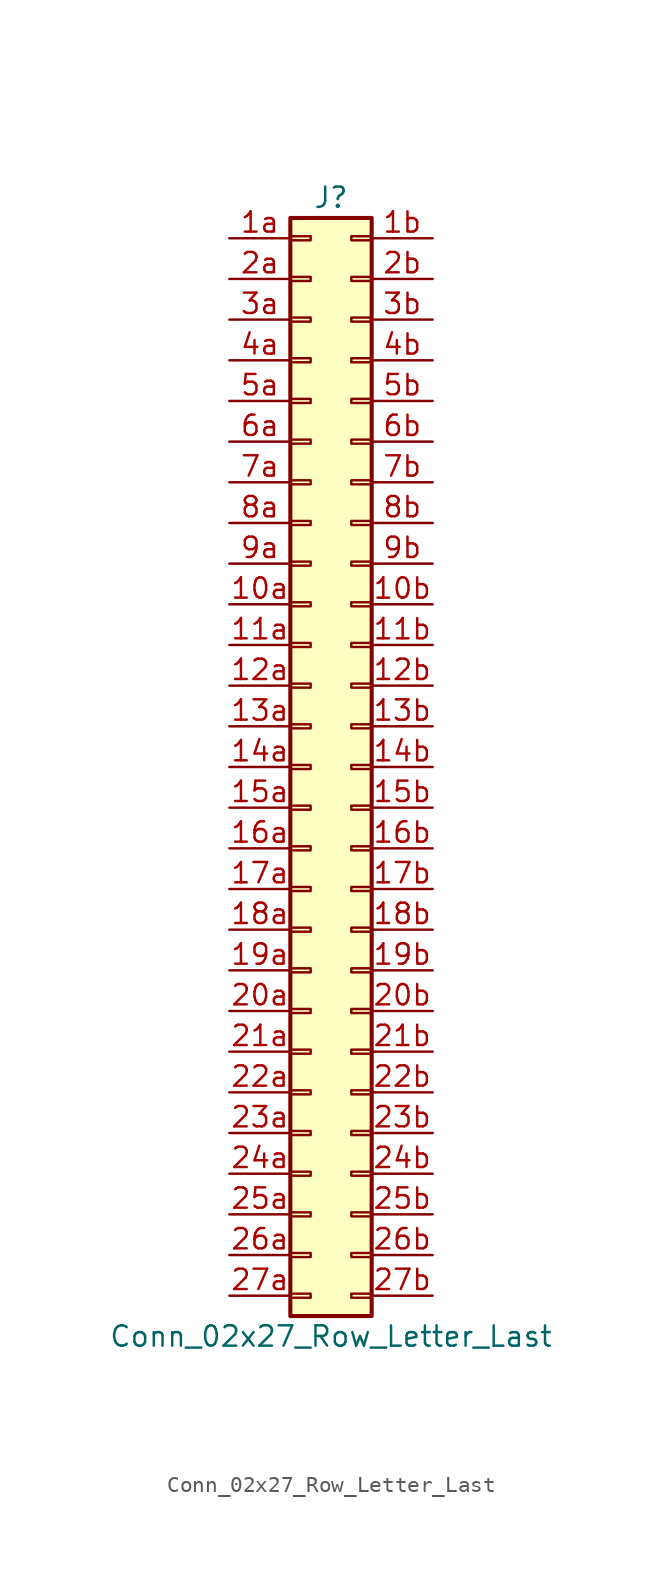
<source format=kicad_sym>
(kicad_symbol_lib
  (version 20220914)
  (generator kicad_symbol_editor)
  (symbol "Conn_02x27_Row_Letter_Last"
    (pin_names
      (offset 1.016) hide)
    (property "Reference" "J"
      (at 1.27 35.56 0)
      (effects (font (size 1.27 1.27))))
    (property "Value" "Conn_02x27_Row_Letter_Last"
      (at 1.27 -35.56 0)
      (effects (font (size 1.27 1.27))))
    (symbol "Conn_02x27_Row_Letter_Last_1_1"
      (rectangle (start -1.27 -32.893) (end 0 -33.147) (stroke (width 0.152) (type default)) (fill (type none)))
      (rectangle (start -1.27 -30.353) (end 0 -30.607) (stroke (width 0.152) (type default)) (fill (type none)))
      (rectangle (start -1.27 -27.813) (end 0 -28.067) (stroke (width 0.152) (type default)) (fill (type none)))
      (rectangle (start -1.27 -25.273) (end 0 -25.527) (stroke (width 0.152) (type default)) (fill (type none)))
      (rectangle (start -1.27 -22.733) (end 0 -22.987) (stroke (width 0.152) (type default)) (fill (type none)))
      (rectangle (start -1.27 -20.193) (end 0 -20.447) (stroke (width 0.152) (type default)) (fill (type none)))
      (rectangle (start -1.27 -17.653) (end 0 -17.907) (stroke (width 0.152) (type default)) (fill (type none)))
      (rectangle (start -1.27 -15.113) (end 0 -15.367) (stroke (width 0.152) (type default)) (fill (type none)))
      (rectangle (start -1.27 -12.573) (end 0 -12.827) (stroke (width 0.152) (type default)) (fill (type none)))
      (rectangle (start -1.27 -10.033) (end 0 -10.287) (stroke (width 0.152) (type default)) (fill (type none)))
      (rectangle (start -1.27 -7.493) (end 0 -7.747) (stroke (width 0.152) (type default)) (fill (type none)))
      (rectangle (start -1.27 -4.953) (end 0 -5.207) (stroke (width 0.152) (type default)) (fill (type none)))
      (rectangle (start -1.27 -2.413) (end 0 -2.667) (stroke (width 0.152) (type default)) (fill (type none)))
      (rectangle (start -1.27 0.127) (end 0 -0.127) (stroke (width 0.152) (type default)) (fill (type none)))
      (rectangle (start -1.27 2.667) (end 0 2.413) (stroke (width 0.152) (type default)) (fill (type none)))
      (rectangle (start -1.27 5.207) (end 0 4.953) (stroke (width 0.152) (type default)) (fill (type none)))
      (rectangle (start -1.27 7.747) (end 0 7.493) (stroke (width 0.152) (type default)) (fill (type none)))
      (rectangle (start -1.27 10.287) (end 0 10.033) (stroke (width 0.152) (type default)) (fill (type none)))
      (rectangle (start -1.27 12.827) (end 0 12.573) (stroke (width 0.152) (type default)) (fill (type none)))
      (rectangle (start -1.27 15.367) (end 0 15.113) (stroke (width 0.152) (type default)) (fill (type none)))
      (rectangle (start -1.27 17.907) (end 0 17.653) (stroke (width 0.152) (type default)) (fill (type none)))
      (rectangle (start -1.27 20.447) (end 0 20.193) (stroke (width 0.152) (type default)) (fill (type none)))
      (rectangle (start -1.27 22.987) (end 0 22.733) (stroke (width 0.152) (type default)) (fill (type none)))
      (rectangle (start -1.27 25.527) (end 0 25.273) (stroke (width 0.152) (type default)) (fill (type none)))
      (rectangle (start -1.27 28.067) (end 0 27.813) (stroke (width 0.152) (type default)) (fill (type none)))
      (rectangle (start -1.27 30.607) (end 0 30.353) (stroke (width 0.152) (type default)) (fill (type none)))
      (rectangle (start -1.27 33.147) (end 0 32.893) (stroke (width 0.152) (type default)) (fill (type none)))
      (rectangle (start -1.27 34.29) (end 3.81 -34.29) (stroke (width 0.254) (type default)) (fill (type background)))
      (rectangle (start 3.81 -32.893) (end 2.54 -33.147) (stroke (width 0.152) (type default)) (fill (type none)))
      (rectangle (start 3.81 -30.353) (end 2.54 -30.607) (stroke (width 0.152) (type default)) (fill (type none)))
      (rectangle (start 3.81 -27.813) (end 2.54 -28.067) (stroke (width 0.152) (type default)) (fill (type none)))
      (rectangle (start 3.81 -25.273) (end 2.54 -25.527) (stroke (width 0.152) (type default)) (fill (type none)))
      (rectangle (start 3.81 -22.733) (end 2.54 -22.987) (stroke (width 0.152) (type default)) (fill (type none)))
      (rectangle (start 3.81 -20.193) (end 2.54 -20.447) (stroke (width 0.152) (type default)) (fill (type none)))
      (rectangle (start 3.81 -17.653) (end 2.54 -17.907) (stroke (width 0.152) (type default)) (fill (type none)))
      (rectangle (start 3.81 -15.113) (end 2.54 -15.367) (stroke (width 0.152) (type default)) (fill (type none)))
      (rectangle (start 3.81 -12.573) (end 2.54 -12.827) (stroke (width 0.152) (type default)) (fill (type none)))
      (rectangle (start 3.81 -10.033) (end 2.54 -10.287) (stroke (width 0.152) (type default)) (fill (type none)))
      (rectangle (start 3.81 -7.493) (end 2.54 -7.747) (stroke (width 0.152) (type default)) (fill (type none)))
      (rectangle (start 3.81 -4.953) (end 2.54 -5.207) (stroke (width 0.152) (type default)) (fill (type none)))
      (rectangle (start 3.81 -2.413) (end 2.54 -2.667) (stroke (width 0.152) (type default)) (fill (type none)))
      (rectangle (start 3.81 0.127) (end 2.54 -0.127) (stroke (width 0.152) (type default)) (fill (type none)))
      (rectangle (start 3.81 2.667) (end 2.54 2.413) (stroke (width 0.152) (type default)) (fill (type none)))
      (rectangle (start 3.81 5.207) (end 2.54 4.953) (stroke (width 0.152) (type default)) (fill (type none)))
      (rectangle (start 3.81 7.747) (end 2.54 7.493) (stroke (width 0.152) (type default)) (fill (type none)))
      (rectangle (start 3.81 10.287) (end 2.54 10.033) (stroke (width 0.152) (type default)) (fill (type none)))
      (rectangle (start 3.81 12.827) (end 2.54 12.573) (stroke (width 0.152) (type default)) (fill (type none)))
      (rectangle (start 3.81 15.367) (end 2.54 15.113) (stroke (width 0.152) (type default)) (fill (type none)))
      (rectangle (start 3.81 17.907) (end 2.54 17.653) (stroke (width 0.152) (type default)) (fill (type none)))
      (rectangle (start 3.81 20.447) (end 2.54 20.193) (stroke (width 0.152) (type default)) (fill (type none)))
      (rectangle (start 3.81 22.987) (end 2.54 22.733) (stroke (width 0.152) (type default)) (fill (type none)))
      (rectangle (start 3.81 25.527) (end 2.54 25.273) (stroke (width 0.152) (type default)) (fill (type none)))
      (rectangle (start 3.81 28.067) (end 2.54 27.813) (stroke (width 0.152) (type default)) (fill (type none)))
      (rectangle (start 3.81 30.607) (end 2.54 30.353) (stroke (width 0.152) (type default)) (fill (type none)))
      (rectangle (start 3.81 33.147) (end 2.54 32.893) (stroke (width 0.152) (type default)) (fill (type none)))
      (pin passive line (at -5.08 10.16 0) (length 3.81) (name "Pin_10a" (effects (font (size 1.27 1.27)))) (number "10a" (effects (font (size 1.27 1.27)))))
      (pin passive line (at 7.62 10.16 180) (length 3.81) (name "Pin_10b" (effects (font (size 1.27 1.27)))) (number "10b" (effects (font (size 1.27 1.27)))))
      (pin passive line (at -5.08 7.62 0) (length 3.81) (name "Pin_11a" (effects (font (size 1.27 1.27)))) (number "11a" (effects (font (size 1.27 1.27)))))
      (pin passive line (at 7.62 7.62 180) (length 3.81) (name "Pin_11b" (effects (font (size 1.27 1.27)))) (number "11b" (effects (font (size 1.27 1.27)))))
      (pin passive line (at -5.08 5.08 0) (length 3.81) (name "Pin_12a" (effects (font (size 1.27 1.27)))) (number "12a" (effects (font (size 1.27 1.27)))))
      (pin passive line (at 7.62 5.08 180) (length 3.81) (name "Pin_12b" (effects (font (size 1.27 1.27)))) (number "12b" (effects (font (size 1.27 1.27)))))
      (pin passive line (at -5.08 2.54 0) (length 3.81) (name "Pin_13a" (effects (font (size 1.27 1.27)))) (number "13a" (effects (font (size 1.27 1.27)))))
      (pin passive line (at 7.62 2.54 180) (length 3.81) (name "Pin_13b" (effects (font (size 1.27 1.27)))) (number "13b" (effects (font (size 1.27 1.27)))))
      (pin passive line (at -5.08 0 0) (length 3.81) (name "Pin_14a" (effects (font (size 1.27 1.27)))) (number "14a" (effects (font (size 1.27 1.27)))))
      (pin passive line (at 7.62 0 180) (length 3.81) (name "Pin_14b" (effects (font (size 1.27 1.27)))) (number "14b" (effects (font (size 1.27 1.27)))))
      (pin passive line (at -5.08 -2.54 0) (length 3.81) (name "Pin_15a" (effects (font (size 1.27 1.27)))) (number "15a" (effects (font (size 1.27 1.27)))))
      (pin passive line (at 7.62 -2.54 180) (length 3.81) (name "Pin_15b" (effects (font (size 1.27 1.27)))) (number "15b" (effects (font (size 1.27 1.27)))))
      (pin passive line (at -5.08 -5.08 0) (length 3.81) (name "Pin_16a" (effects (font (size 1.27 1.27)))) (number "16a" (effects (font (size 1.27 1.27)))))
      (pin passive line (at 7.62 -5.08 180) (length 3.81) (name "Pin_16b" (effects (font (size 1.27 1.27)))) (number "16b" (effects (font (size 1.27 1.27)))))
      (pin passive line (at -5.08 -7.62 0) (length 3.81) (name "Pin_17a" (effects (font (size 1.27 1.27)))) (number "17a" (effects (font (size 1.27 1.27)))))
      (pin passive line (at 7.62 -7.62 180) (length 3.81) (name "Pin_17b" (effects (font (size 1.27 1.27)))) (number "17b" (effects (font (size 1.27 1.27)))))
      (pin passive line (at -5.08 -10.16 0) (length 3.81) (name "Pin_18a" (effects (font (size 1.27 1.27)))) (number "18a" (effects (font (size 1.27 1.27)))))
      (pin passive line (at 7.62 -10.16 180) (length 3.81) (name "Pin_18b" (effects (font (size 1.27 1.27)))) (number "18b" (effects (font (size 1.27 1.27)))))
      (pin passive line (at -5.08 -12.7 0) (length 3.81) (name "Pin_19a" (effects (font (size 1.27 1.27)))) (number "19a" (effects (font (size 1.27 1.27)))))
      (pin passive line (at 7.62 -12.7 180) (length 3.81) (name "Pin_19b" (effects (font (size 1.27 1.27)))) (number "19b" (effects (font (size 1.27 1.27)))))
      (pin passive line (at -5.08 33.02 0) (length 3.81) (name "Pin_1a" (effects (font (size 1.27 1.27)))) (number "1a" (effects (font (size 1.27 1.27)))))
      (pin passive line (at 7.62 33.02 180) (length 3.81) (name "Pin_1b" (effects (font (size 1.27 1.27)))) (number "1b" (effects (font (size 1.27 1.27)))))
      (pin passive line (at -5.08 -15.24 0) (length 3.81) (name "Pin_20a" (effects (font (size 1.27 1.27)))) (number "20a" (effects (font (size 1.27 1.27)))))
      (pin passive line (at 7.62 -15.24 180) (length 3.81) (name "Pin_20b" (effects (font (size 1.27 1.27)))) (number "20b" (effects (font (size 1.27 1.27)))))
      (pin passive line (at -5.08 -17.78 0) (length 3.81) (name "Pin_21a" (effects (font (size 1.27 1.27)))) (number "21a" (effects (font (size 1.27 1.27)))))
      (pin passive line (at 7.62 -17.78 180) (length 3.81) (name "Pin_21b" (effects (font (size 1.27 1.27)))) (number "21b" (effects (font (size 1.27 1.27)))))
      (pin passive line (at -5.08 -20.32 0) (length 3.81) (name "Pin_22a" (effects (font (size 1.27 1.27)))) (number "22a" (effects (font (size 1.27 1.27)))))
      (pin passive line (at 7.62 -20.32 180) (length 3.81) (name "Pin_22b" (effects (font (size 1.27 1.27)))) (number "22b" (effects (font (size 1.27 1.27)))))
      (pin passive line (at -5.08 -22.86 0) (length 3.81) (name "Pin_23a" (effects (font (size 1.27 1.27)))) (number "23a" (effects (font (size 1.27 1.27)))))
      (pin passive line (at 7.62 -22.86 180) (length 3.81) (name "Pin_23b" (effects (font (size 1.27 1.27)))) (number "23b" (effects (font (size 1.27 1.27)))))
      (pin passive line (at -5.08 -25.4 0) (length 3.81) (name "Pin_24a" (effects (font (size 1.27 1.27)))) (number "24a" (effects (font (size 1.27 1.27)))))
      (pin passive line (at 7.62 -25.4 180) (length 3.81) (name "Pin_24b" (effects (font (size 1.27 1.27)))) (number "24b" (effects (font (size 1.27 1.27)))))
      (pin passive line (at -5.08 -27.94 0) (length 3.81) (name "Pin_25a" (effects (font (size 1.27 1.27)))) (number "25a" (effects (font (size 1.27 1.27)))))
      (pin passive line (at 7.62 -27.94 180) (length 3.81) (name "Pin_25b" (effects (font (size 1.27 1.27)))) (number "25b" (effects (font (size 1.27 1.27)))))
      (pin passive line (at -5.08 -30.48 0) (length 3.81) (name "Pin_26a" (effects (font (size 1.27 1.27)))) (number "26a" (effects (font (size 1.27 1.27)))))
      (pin passive line (at 7.62 -30.48 180) (length 3.81) (name "Pin_26b" (effects (font (size 1.27 1.27)))) (number "26b" (effects (font (size 1.27 1.27)))))
      (pin passive line (at -5.08 -33.02 0) (length 3.81) (name "Pin_27a" (effects (font (size 1.27 1.27)))) (number "27a" (effects (font (size 1.27 1.27)))))
      (pin passive line (at 7.62 -33.02 180) (length 3.81) (name "Pin_27b" (effects (font (size 1.27 1.27)))) (number "27b" (effects (font (size 1.27 1.27)))))
      (pin passive line (at -5.08 30.48 0) (length 3.81) (name "Pin_2a" (effects (font (size 1.27 1.27)))) (number "2a" (effects (font (size 1.27 1.27)))))
      (pin passive line (at 7.62 30.48 180) (length 3.81) (name "Pin_2b" (effects (font (size 1.27 1.27)))) (number "2b" (effects (font (size 1.27 1.27)))))
      (pin passive line (at -5.08 27.94 0) (length 3.81) (name "Pin_3a" (effects (font (size 1.27 1.27)))) (number "3a" (effects (font (size 1.27 1.27)))))
      (pin passive line (at 7.62 27.94 180) (length 3.81) (name "Pin_3b" (effects (font (size 1.27 1.27)))) (number "3b" (effects (font (size 1.27 1.27)))))
      (pin passive line (at -5.08 25.4 0) (length 3.81) (name "Pin_4a" (effects (font (size 1.27 1.27)))) (number "4a" (effects (font (size 1.27 1.27)))))
      (pin passive line (at 7.62 25.4 180) (length 3.81) (name "Pin_4b" (effects (font (size 1.27 1.27)))) (number "4b" (effects (font (size 1.27 1.27)))))
      (pin passive line (at -5.08 22.86 0) (length 3.81) (name "Pin_5a" (effects (font (size 1.27 1.27)))) (number "5a" (effects (font (size 1.27 1.27)))))
      (pin passive line (at 7.62 22.86 180) (length 3.81) (name "Pin_5b" (effects (font (size 1.27 1.27)))) (number "5b" (effects (font (size 1.27 1.27)))))
      (pin passive line (at -5.08 20.32 0) (length 3.81) (name "Pin_6a" (effects (font (size 1.27 1.27)))) (number "6a" (effects (font (size 1.27 1.27)))))
      (pin passive line (at 7.62 20.32 180) (length 3.81) (name "Pin_6b" (effects (font (size 1.27 1.27)))) (number "6b" (effects (font (size 1.27 1.27)))))
      (pin passive line (at -5.08 17.78 0) (length 3.81) (name "Pin_7a" (effects (font (size 1.27 1.27)))) (number "7a" (effects (font (size 1.27 1.27)))))
      (pin passive line (at 7.62 17.78 180) (length 3.81) (name "Pin_7b" (effects (font (size 1.27 1.27)))) (number "7b" (effects (font (size 1.27 1.27)))))
      (pin passive line (at -5.08 15.24 0) (length 3.81) (name "Pin_8a" (effects (font (size 1.27 1.27)))) (number "8a" (effects (font (size 1.27 1.27)))))
      (pin passive line (at 7.62 15.24 180) (length 3.81) (name "Pin_8b" (effects (font (size 1.27 1.27)))) (number "8b" (effects (font (size 1.27 1.27)))))
      (pin passive line (at -5.08 12.7 0) (length 3.81) (name "Pin_9a" (effects (font (size 1.27 1.27)))) (number "9a" (effects (font (size 1.27 1.27)))))
      (pin passive line (at 7.62 12.7 180) (length 3.81) (name "Pin_9b" (effects (font (size 1.27 1.27)))) (number "9b" (effects (font (size 1.27 1.27))))))))
</source>
